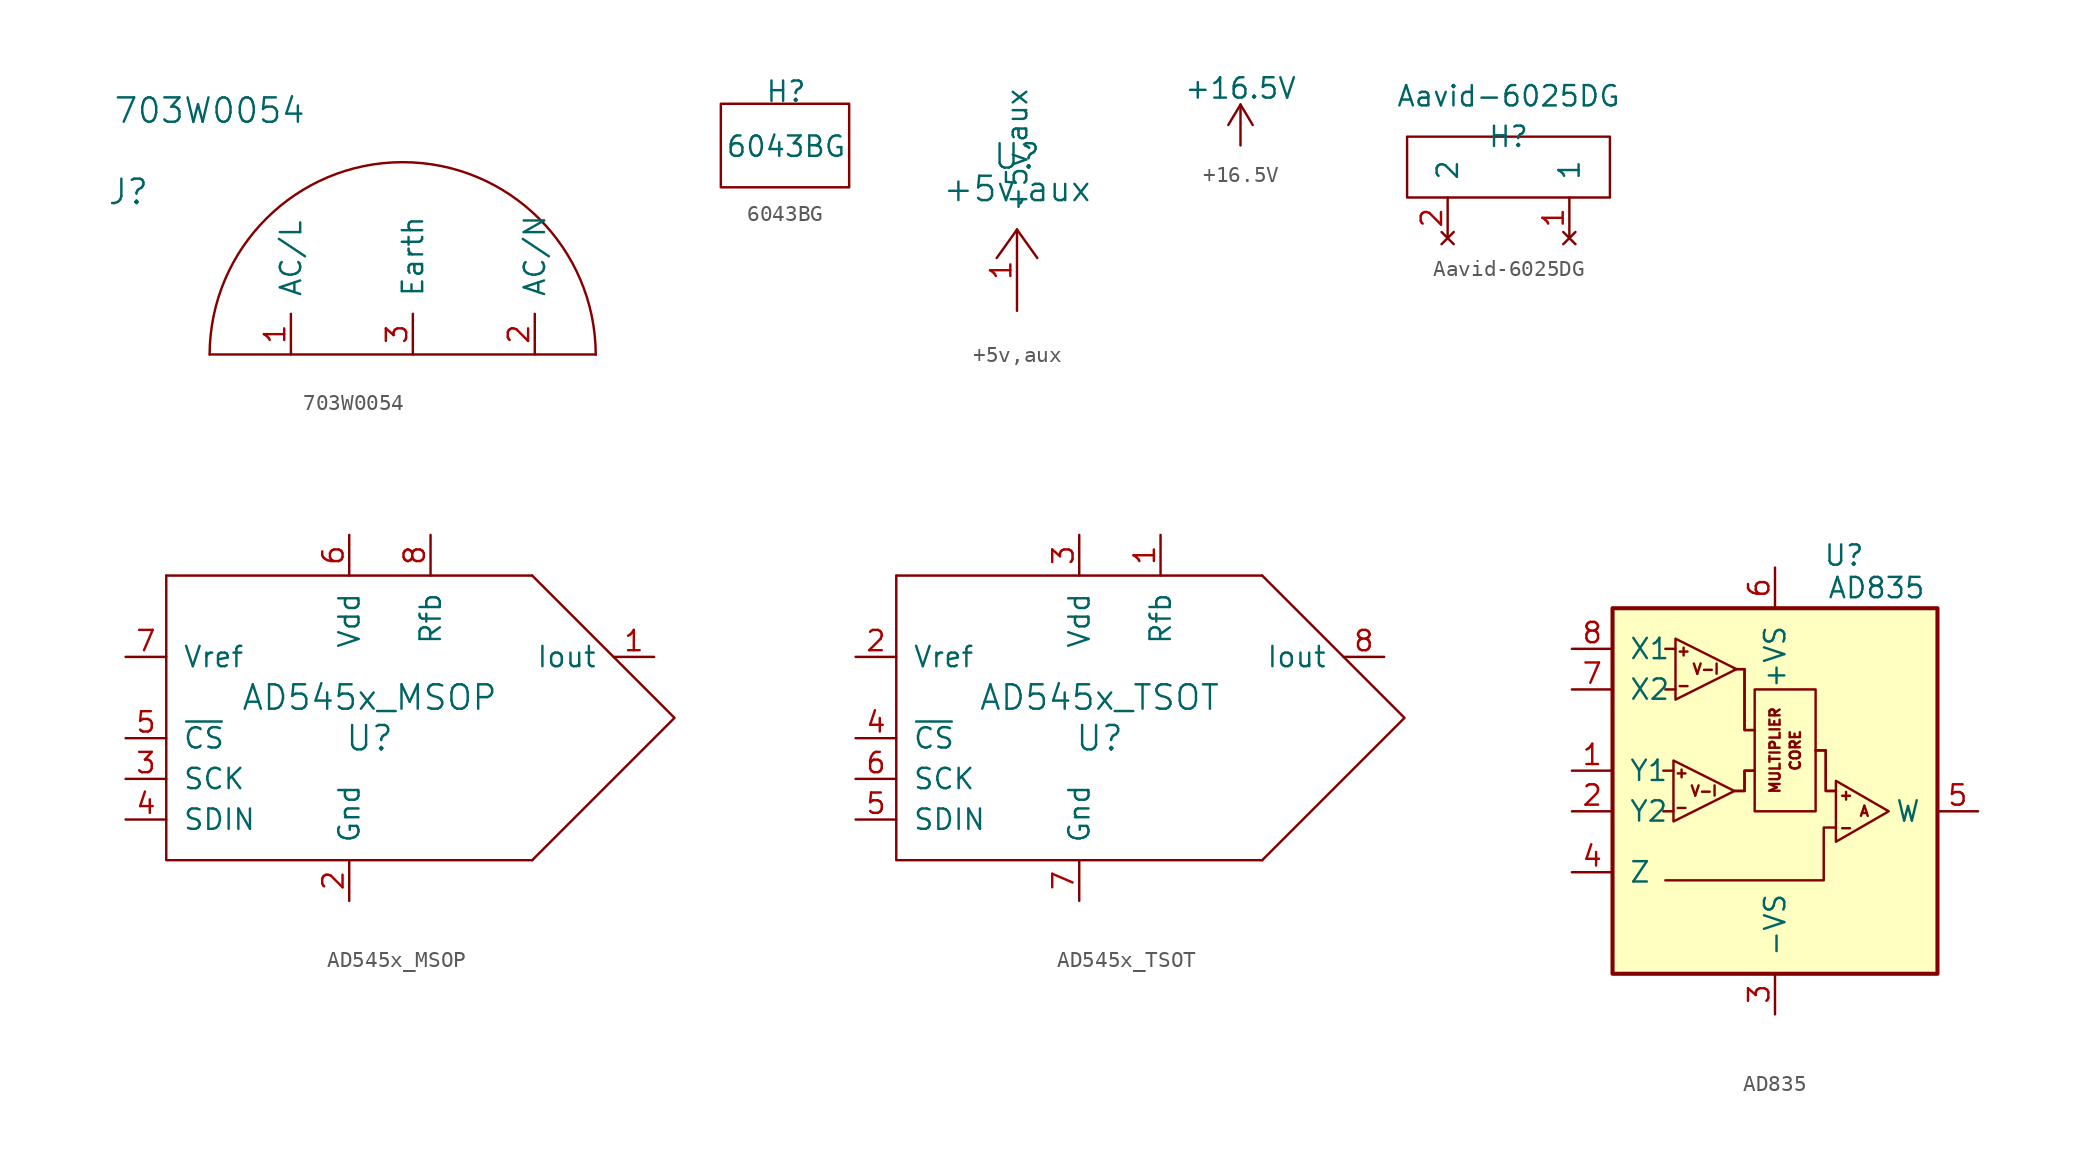
<source format=kicad_sym>
(kicad_symbol_lib
  (version 20211014)
  (generator kicad_symbol_editor)
  (symbol "703W0054"
    (pin_names
      (offset 1.016))
    (property "Reference" "J"
      (at -17.78 10.16 0)
      (effects (font (size 1.524 1.524))))
    (property "Value" "703W0054"
      (at -12.7 15.24 0)
      (effects (font (size 1.524 1.524))))
    (symbol "703W0054_0_0"
      (polyline (pts (xy -12.7 0) (xy 11.43 0)) (stroke (width 0) (type default) (color 0 0 0 0)) (fill (type none)))
      (polyline (pts (xy 11.43 0) (xy 11.43 0)) (stroke (width 0) (type default) (color 0 0 0 0)) (fill (type none)))
      (arc (start 11.43 0) (mid -0.635 12.065) (end -12.7 0) (stroke (width 0) (type default) (color 0 0 0 0)) (fill (type none))))
    (symbol "703W0054_1_1"
      (pin input line (at -7.62 0 90) (length 2.54) (name "AC/L" (effects (font (size 1.27 1.27)))) (number "1" (effects (font (size 1.27 1.27)))))
      (pin input line (at 7.62 0 90) (length 2.54) (name "AC/N" (effects (font (size 1.27 1.27)))) (number "2" (effects (font (size 1.27 1.27)))))
      (pin input line (at 0 0 90) (length 2.54) (name "Earth" (effects (font (size 1.27 1.27)))) (number "3" (effects (font (size 1.27 1.27)))))))
  (symbol "6043BG"
    (pin_names
      (offset 1.016))
    (property "Reference" "H"
      (at 0 0 0)
      (effects (font (size 1.27 1.27))))
    (property "Value" "6043BG"
      (at 0 -3.429 0)
      (effects (font (size 1.27 1.27))))
    (symbol "6043BG_0_1"
      (rectangle (start -4.064 -0.762) (end 3.937 -5.969) (stroke (width 0) (type default) (color 0 0 0 0)) (fill (type none)))))
  (symbol "+5v,aux"
    (power)
    (pin_names
      (offset 1.016))
    (property "Reference" "U"
      (at 0 9.652 0)
      (effects (font (size 1.524 1.524))))
    (property "Value" "+5v,aux"
      (at 0 7.62 0)
      (effects (font (size 1.524 1.524))))
    (symbol "+5v,aux_0_1"
      (polyline (pts (xy 0 5.08) (xy -1.27 3.302)) (stroke (width 0) (type default) (color 0 0 0 0)) (fill (type none)))
      (polyline (pts (xy 0 5.08) (xy 1.27 3.302)) (stroke (width 0) (type default) (color 0 0 0 0)) (fill (type none))))
    (symbol "+5v,aux_1_1"
      (pin input line (at 0 0 90) (length 5.08) (name "+5v,aux" (effects (font (size 1.27 1.27)))) (number "1" (effects (font (size 1.27 1.27)))))))
  (symbol "+16.5V"
    (power)
    (pin_names
      (offset 0))
    (property "Reference" "#PWR"
      (at 0 -3.81 0)
      (effects (font (size 1.27 1.27)) hide))
    (property "Value" "+16.5V"
      (at 0 3.556 0)
      (effects (font (size 1.27 1.27))))
    (symbol "+16.5V_0_1"
      (polyline (pts (xy -0.762 1.27) (xy 0 2.54)) (stroke (width 0) (type default) (color 0 0 0 0)) (fill (type none)))
      (polyline (pts (xy 0 0) (xy 0 2.54)) (stroke (width 0) (type default) (color 0 0 0 0)) (fill (type none)))
      (polyline (pts (xy 0 2.54) (xy 0.762 1.27)) (stroke (width 0) (type default) (color 0 0 0 0)) (fill (type none))))
    (symbol "+16.5V_1_1"
      (pin power_in line (at 0 0 90) (length 0) hide (name "+16.5V" (effects (font (size 1.27 1.27)))) (number "1" (effects (font (size 1.27 1.27)))))))
  (symbol "Aavid-6025DG"
    (pin_names
      (offset 1.016))
    (property "Reference" "H"
      (at 0 0 0)
      (effects (font (size 1.27 1.27))))
    (property "Value" "Aavid-6025DG"
      (at 0 2.54 0)
      (effects (font (size 1.27 1.27))))
    (symbol "Aavid-6025DG_0_1"
      (rectangle (start -6.35 0) (end 6.35 -3.81) (stroke (width 0) (type default) (color 0 0 0 0)) (fill (type none))))
    (symbol "Aavid-6025DG_1_1"
      (pin no_connect line (at 3.81 -6.35 90) (length 2.54) (name "1" (effects (font (size 1.27 1.27)))) (number "1" (effects (font (size 1.27 1.27)))))
      (pin no_connect line (at -3.81 -6.35 90) (length 2.54) (name "2" (effects (font (size 1.27 1.27)))) (number "2" (effects (font (size 1.27 1.27)))))))
  (symbol "AD545x_MSOP"
    (pin_names
      (offset 1.016))
    (property "Reference" "U"
      (at 2.54 -2.54 0)
      (effects (font (size 1.524 1.524))))
    (property "Value" "AD545x_MSOP"
      (at 2.54 0 0)
      (effects (font (size 1.524 1.524))))
    (symbol "AD545x_MSOP_0_1"
      (polyline (pts (xy -10.16 7.62) (xy 12.7 7.62)) (stroke (width 0) (type default) (color 0 0 0 0)) (fill (type none)))
      (polyline (pts (xy -10.16 7.62) (xy -10.16 -10.16) (xy 12.7 -10.16)) (stroke (width 0) (type default) (color 0 0 0 0)) (fill (type none)))
      (polyline (pts (xy 12.7 -10.16) (xy 21.59 -1.27) (xy 12.7 7.62)) (stroke (width 0) (type default) (color 0 0 0 0)) (fill (type none))))
    (symbol "AD545x_MSOP_1_1"
      (pin bidirectional line (at 20.32 2.54 180) (length 2.54) (name "Iout" (effects (font (size 1.27 1.27)))) (number "1" (effects (font (size 1.27 1.27)))))
      (pin bidirectional line (at 1.27 -12.7 90) (length 2.54) (name "Gnd" (effects (font (size 1.27 1.27)))) (number "2" (effects (font (size 1.27 1.27)))))
      (pin bidirectional line (at -12.7 -5.08 0) (length 2.54) (name "SCK" (effects (font (size 1.27 1.27)))) (number "3" (effects (font (size 1.27 1.27)))))
      (pin bidirectional line (at -12.7 -7.62 0) (length 2.54) (name "SDIN" (effects (font (size 1.27 1.27)))) (number "4" (effects (font (size 1.27 1.27)))))
      (pin bidirectional line (at -12.7 -2.54 0) (length 2.54) (name "~{CS}" (effects (font (size 1.27 1.27)))) (number "5" (effects (font (size 1.27 1.27)))))
      (pin bidirectional line (at 1.27 10.16 270) (length 2.54) (name "Vdd" (effects (font (size 1.27 1.27)))) (number "6" (effects (font (size 1.27 1.27)))))
      (pin bidirectional line (at -12.7 2.54 0) (length 2.54) (name "Vref" (effects (font (size 1.27 1.27)))) (number "7" (effects (font (size 1.27 1.27)))))
      (pin bidirectional line (at 6.35 10.16 270) (length 2.54) (name "Rfb" (effects (font (size 1.27 1.27)))) (number "8" (effects (font (size 1.27 1.27)))))))
  (symbol "AD545x_TSOT"
    (pin_names
      (offset 1.016))
    (property "Reference" "U"
      (at 2.54 -2.54 0)
      (effects (font (size 1.524 1.524))))
    (property "Value" "AD545x_TSOT"
      (at 2.54 0 0)
      (effects (font (size 1.524 1.524))))
    (symbol "AD545x_TSOT_0_1"
      (polyline (pts (xy -10.16 7.62) (xy 12.7 7.62)) (stroke (width 0) (type default) (color 0 0 0 0)) (fill (type none)))
      (polyline (pts (xy -10.16 7.62) (xy -10.16 -10.16) (xy 12.7 -10.16)) (stroke (width 0) (type default) (color 0 0 0 0)) (fill (type none)))
      (polyline (pts (xy 12.7 -10.16) (xy 21.59 -1.27) (xy 12.7 7.62)) (stroke (width 0) (type default) (color 0 0 0 0)) (fill (type none))))
    (symbol "AD545x_TSOT_1_1"
      (pin bidirectional line (at 6.35 10.16 270) (length 2.54) (name "Rfb" (effects (font (size 1.27 1.27)))) (number "1" (effects (font (size 1.27 1.27)))))
      (pin bidirectional line (at -12.7 2.54 0) (length 2.54) (name "Vref" (effects (font (size 1.27 1.27)))) (number "2" (effects (font (size 1.27 1.27)))))
      (pin bidirectional line (at 1.27 10.16 270) (length 2.54) (name "Vdd" (effects (font (size 1.27 1.27)))) (number "3" (effects (font (size 1.27 1.27)))))
      (pin bidirectional line (at -12.7 -2.54 0) (length 2.54) (name "~{CS}" (effects (font (size 1.27 1.27)))) (number "4" (effects (font (size 1.27 1.27)))))
      (pin bidirectional line (at -12.7 -7.62 0) (length 2.54) (name "SDIN" (effects (font (size 1.27 1.27)))) (number "5" (effects (font (size 1.27 1.27)))))
      (pin bidirectional line (at -12.7 -5.08 0) (length 2.54) (name "SCK" (effects (font (size 1.27 1.27)))) (number "6" (effects (font (size 1.27 1.27)))))
      (pin bidirectional line (at 1.27 -12.7 90) (length 2.54) (name "Gnd" (effects (font (size 1.27 1.27)))) (number "7" (effects (font (size 1.27 1.27)))))
      (pin bidirectional line (at 20.32 2.54 180) (length 2.54) (name "Iout" (effects (font (size 1.27 1.27)))) (number "8" (effects (font (size 1.27 1.27)))))))
  (symbol "AD835"
    (pin_names
      (offset 1.016))
    (property "Reference" "U"
      (at 4.318 16.002 0)
      (effects (font (size 1.27 1.27))))
    (property "Value" "AD835"
      (at 6.35 13.97 0)
      (effects (font (size 1.27 1.27))))
    (symbol "AD835_0_1"
      (polyline (pts (xy 3.81 -1.016) (xy 3.048 -1.016) (xy 3.048 -4.318) (xy -6.858 -4.318)) (stroke (width 0) (type default) (color 0 0 0 0)) (fill (type none))))
    (symbol "AD835_1_1"
      (rectangle (start -10.16 12.7) (end 10.16 -10.16) (stroke (width 0.254) (type default) (color 0 0 0 0)) (fill (type background)))
      (rectangle (start -1.27 7.62) (end 2.54 0) (stroke (width 0) (type default) (color 0 0 0 0)) (fill (type none)))
      (polyline (pts (xy -6.985 0) (xy -6.35 0)) (stroke (width 0) (type default) (color 0 0 0 0)) (fill (type none)))
      (polyline (pts (xy -6.985 2.54) (xy -6.35 2.54)) (stroke (width 0) (type default) (color 0 0 0 0)) (fill (type none)))
      (polyline (pts (xy -6.858 7.62) (xy -6.223 7.62)) (stroke (width 0) (type default) (color 0 0 0 0)) (fill (type none)))
      (polyline (pts (xy -6.858 10.16) (xy -6.223 10.16)) (stroke (width 0) (type default) (color 0 0 0 0)) (fill (type none)))
      (polyline (pts (xy -6.35 3.175) (xy -6.35 -0.635) (xy -2.54 1.27) (xy -6.35 3.175)) (stroke (width 0) (type default) (color 0 0 0 0)) (fill (type none)))
      (polyline (pts (xy -6.223 10.795) (xy -6.223 6.985) (xy -2.413 8.89) (xy -6.223 10.795)) (stroke (width 0) (type default) (color 0 0 0 0)) (fill (type none)))
      (polyline (pts (xy -1.27 2.54) (xy -1.905 2.54) (xy -1.905 1.27) (xy -2.54 1.27)) (stroke (width 0) (type default) (color 0 0 0 0)) (fill (type none)))
      (polyline (pts (xy -1.27 2.54) (xy -1.905 2.54) (xy -1.905 1.27) (xy -2.54 1.27)) (stroke (width 0) (type default) (color 0 0 0 0)) (fill (type none)))
      (polyline (pts (xy -1.27 5.08) (xy -1.905 5.08) (xy -1.905 8.89) (xy -2.54 8.89)) (stroke (width 0) (type default) (color 0 0 0 0)) (fill (type none)))
      (polyline (pts (xy -1.27 5.08) (xy -1.905 5.08) (xy -1.905 8.89) (xy -2.54 8.89)) (stroke (width 0) (type default) (color 0 0 0 0)) (fill (type none)))
      (polyline (pts (xy 3.81 1.27) (xy 3.175 1.27) (xy 3.175 3.81) (xy 2.54 3.81)) (stroke (width 0) (type default) (color 0 0 0 0)) (fill (type none)))
      (polyline (pts (xy 3.81 1.27) (xy 3.175 1.27) (xy 3.175 3.81) (xy 2.54 3.81)) (stroke (width 0) (type default) (color 0 0 0 0)) (fill (type none)))
      (polyline (pts (xy 3.81 1.905) (xy 3.81 -1.905) (xy 7.112 0) (xy 3.81 1.905)) (stroke (width 0) (type default) (color 0 0 0 0)) (fill (type none)))
      (text "+" (at -5.842 2.413 0) (effects (font (size 0.635 0.635))))
      (text "+" (at -5.715 10.033 0) (effects (font (size 0.635 0.635))))
      (text "+" (at 4.445 1.016 0) (effects (font (size 0.635 0.635))))
      (text "-" (at -5.842 0.254 0) (effects (font (size 0.635 0.635))))
      (text "-" (at -5.715 7.874 0) (effects (font (size 0.635 0.635))))
      (text "-" (at 4.445 -1.016 0) (effects (font (size 0.635 0.635))))
      (text "A" (at 5.588 0 0) (effects (font (size 0.635 0.635))))
      (text "CORE" (at 1.27 3.81 900) (effects (font (size 0.635 0.635))))
      (text "MULTIPLIER" (at 0 3.81 900) (effects (font (size 0.635 0.635))))
      (text "V-I" (at -4.445 1.27 0) (effects (font (size 0.635 0.635))))
      (text "V-I" (at -4.318 8.89 0) (effects (font (size 0.635 0.635))))
      (pin input line (at -12.7 2.54 0) (length 2.54) (name "Y1" (effects (font (size 1.27 1.27)))) (number "1" (effects (font (size 1.27 1.27)))))
      (pin input line (at -12.7 0 0) (length 2.54) (name "Y2" (effects (font (size 1.27 1.27)))) (number "2" (effects (font (size 1.27 1.27)))))
      (pin power_in line (at 0 -12.7 90) (length 2.54) (name "-VS" (effects (font (size 1.27 1.27)))) (number "3" (effects (font (size 1.27 1.27)))))
      (pin input line (at -12.7 -3.81 0) (length 2.54) (name "Z" (effects (font (size 1.27 1.27)))) (number "4" (effects (font (size 1.27 1.27)))))
      (pin output line (at 12.7 0 180) (length 2.54) (name "W" (effects (font (size 1.27 1.27)))) (number "5" (effects (font (size 1.27 1.27)))))
      (pin power_in line (at 0 15.24 270) (length 2.54) (name "+VS" (effects (font (size 1.27 1.27)))) (number "6" (effects (font (size 1.27 1.27)))))
      (pin input line (at -12.7 7.62 0) (length 2.54) (name "X2" (effects (font (size 1.27 1.27)))) (number "7" (effects (font (size 1.27 1.27)))))
      (pin input line (at -12.7 10.16 0) (length 2.54) (name "X1" (effects (font (size 1.27 1.27)))) (number "8" (effects (font (size 1.27 1.27))))))))
</source>
